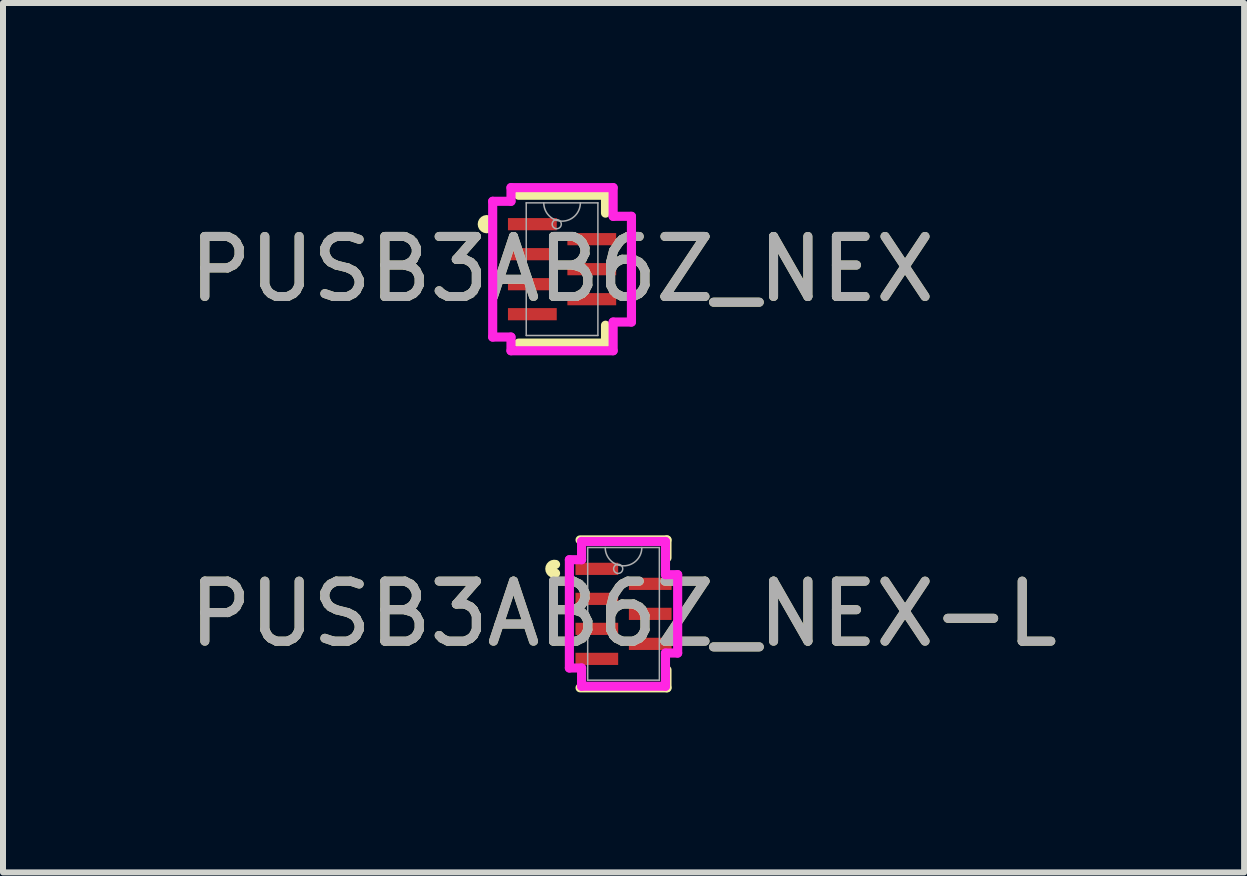
<source format=kicad_pcb>
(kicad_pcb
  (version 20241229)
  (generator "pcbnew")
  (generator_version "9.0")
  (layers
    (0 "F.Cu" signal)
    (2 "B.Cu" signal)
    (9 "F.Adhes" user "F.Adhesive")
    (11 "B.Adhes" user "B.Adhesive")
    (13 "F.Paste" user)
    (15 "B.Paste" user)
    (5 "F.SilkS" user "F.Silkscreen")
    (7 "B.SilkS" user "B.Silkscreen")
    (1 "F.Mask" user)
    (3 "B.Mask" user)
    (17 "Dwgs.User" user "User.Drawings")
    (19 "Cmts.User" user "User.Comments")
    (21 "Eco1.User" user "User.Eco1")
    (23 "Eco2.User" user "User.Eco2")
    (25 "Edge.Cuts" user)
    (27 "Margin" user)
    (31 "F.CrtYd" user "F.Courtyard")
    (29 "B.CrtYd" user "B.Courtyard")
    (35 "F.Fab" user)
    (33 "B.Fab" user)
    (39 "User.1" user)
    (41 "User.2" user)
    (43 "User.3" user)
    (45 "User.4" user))
  (footprint "PUSB3AB6Z_NEX"
    (layer "F.Cu")
    (at 6.315 1.435)
    (property "Reference" "PUSB3AB6Z_NEX" (at 0 0 0) (unlocked yes) (layer "F.SilkS") (effects (font (size 1 1) (thickness 0.15))))
    (attr smd)
    (fp_line (start -0.724 1.232) (end 0.724 1.232) (stroke (width 0.152) (type solid)) (layer "F.SilkS"))
    (fp_line (start 0.724 -1.232) (end -0.724 -1.232) (stroke (width 0.152) (type solid)) (layer "F.SilkS"))
    (fp_line (start 0.724 -0.934) (end 0.724 -1.232) (stroke (width 0.152) (type solid)) (layer "F.SilkS"))
    (fp_line (start 0.724 1.232) (end 0.724 0.934) (stroke (width 0.152) (type solid)) (layer "F.SilkS"))
    (fp_arc (start -1.23444 -0.676171) (mid -1.3295 -0.75) (end -1.23444 -0.823829) (stroke (width 0.1524) (type solid)) (layer "F.SilkS"))
    (fp_line (start -1.156 -1.131) (end -0.851 -1.131) (stroke (width 0.152) (type solid)) (layer "F.CrtYd"))
    (fp_line (start -1.156 1.131) (end -1.156 -1.131) (stroke (width 0.152) (type solid)) (layer "F.CrtYd"))
    (fp_line (start -0.851 -1.359) (end 0.851 -1.359) (stroke (width 0.152) (type solid)) (layer "F.CrtYd"))
    (fp_line (start -0.851 -1.131) (end -0.851 -1.359) (stroke (width 0.152) (type solid)) (layer "F.CrtYd"))
    (fp_line (start -0.851 1.131) (end -1.156 1.131) (stroke (width 0.152) (type solid)) (layer "F.CrtYd"))
    (fp_line (start -0.851 1.359) (end -0.851 1.131) (stroke (width 0.152) (type solid)) (layer "F.CrtYd"))
    (fp_line (start 0.851 -1.359) (end 0.851 -0.881) (stroke (width 0.152) (type solid)) (layer "F.CrtYd"))
    (fp_line (start 0.851 -0.881) (end 1.156 -0.881) (stroke (width 0.152) (type solid)) (layer "F.CrtYd"))
    (fp_line (start 0.851 0.881) (end 0.851 1.359) (stroke (width 0.152) (type solid)) (layer "F.CrtYd"))
    (fp_line (start 0.851 1.359) (end -0.851 1.359) (stroke (width 0.152) (type solid)) (layer "F.CrtYd"))
    (fp_line (start 1.156 -0.881) (end 1.156 0.881) (stroke (width 0.152) (type solid)) (layer "F.CrtYd"))
    (fp_line (start 1.156 0.881) (end 0.851 0.881) (stroke (width 0.152) (type solid)) (layer "F.CrtYd"))
    (fp_line (start -0.597 -1.105) (end -0.597 1.105) (stroke (width 0.025) (type solid)) (layer "F.Fab"))
    (fp_line (start -0.597 1.105) (end 0.597 1.105) (stroke (width 0.025) (type solid)) (layer "F.Fab"))
    (fp_line (start 0.597 -1.105) (end -0.597 -1.105) (stroke (width 0.025) (type solid)) (layer "F.Fab"))
    (fp_line (start 0.597 1.105) (end 0.597 -1.105) (stroke (width 0.025) (type solid)) (layer "F.Fab"))
    (fp_arc (start 0.3048 -1.1049) (mid 0 -0.8001) (end -0.3048 -1.1049) (stroke (width 0.0254) (type solid)) (layer "F.Fab"))
    (fp_circle (center -0.089 -0.75) (end -0.013 -0.75) (stroke (width 0.025) (type solid)) (fill no) (layer "F.Fab"))
    (fp_text user "${REFERENCE}" (at 0 0 0) (unlocked yes) (layer "F.Fab") (effects (font (size 1 1) (thickness 0.15))))
    (pad "1" smd rect (at -0.495 -0.75) (size 0.813 0.203) (layers "F.Cu" "F.Mask" "F.Paste"))
    (pad "2" smd rect (at -0.495 -0.25) (size 0.813 0.203) (layers "F.Cu" "F.Mask" "F.Paste"))
    (pad "3" smd rect (at -0.495 0.25) (size 0.813 0.203) (layers "F.Cu" "F.Mask" "F.Paste"))
    (pad "4" smd rect (at -0.495 0.75) (size 0.813 0.203) (layers "F.Cu" "F.Mask" "F.Paste"))
    (pad "5" smd rect (at 0.495 0.5) (size 0.813 0.203) (layers "F.Cu" "F.Mask" "F.Paste"))
    (pad "6" smd rect (at 0.495 0) (size 0.813 0.203) (layers "F.Cu" "F.Mask" "F.Paste"))
    (pad "7" smd rect (at 0.495 -0.5) (size 0.813 0.203) (layers "F.Cu" "F.Mask" "F.Paste")))
  (footprint "PUSB3AB6Z_NEX-L"
    (layer "F.Cu")
    (at 7.339 7.178)
    (property "Reference" "PUSB3AB6Z_NEX-L" (at 0 0 0) (unlocked yes) (layer "F.SilkS") (effects (font (size 1 1) (thickness 0.15))))
    (attr smd)
    (fp_line (start -0.724 1.232) (end 0.724 1.232) (stroke (width 0.152) (type solid)) (layer "F.SilkS"))
    (fp_line (start 0.724 -1.232) (end -0.724 -1.232) (stroke (width 0.152) (type solid)) (layer "F.SilkS"))
    (fp_line (start 0.724 -0.934) (end 0.724 -1.232) (stroke (width 0.152) (type solid)) (layer "F.SilkS"))
    (fp_line (start 0.724 1.232) (end 0.724 0.934) (stroke (width 0.152) (type solid)) (layer "F.SilkS"))
    (fp_arc (start -1.13284 -0.676171) (mid -1.2279 -0.75) (end -1.13284 -0.823829) (stroke (width 0.1524) (type solid)) (layer "F.SilkS"))
    (fp_line (start -0.902 -0.902) (end -0.699 -0.902) (stroke (width 0.152) (type solid)) (layer "F.CrtYd"))
    (fp_line (start -0.902 0.902) (end -0.902 -0.902) (stroke (width 0.152) (type solid)) (layer "F.CrtYd"))
    (fp_line (start -0.699 -1.206) (end 0.699 -1.206) (stroke (width 0.152) (type solid)) (layer "F.CrtYd"))
    (fp_line (start -0.699 -0.902) (end -0.699 -1.206) (stroke (width 0.152) (type solid)) (layer "F.CrtYd"))
    (fp_line (start -0.699 0.902) (end -0.902 0.902) (stroke (width 0.152) (type solid)) (layer "F.CrtYd"))
    (fp_line (start -0.699 1.206) (end -0.699 0.902) (stroke (width 0.152) (type solid)) (layer "F.CrtYd"))
    (fp_line (start 0.699 -1.206) (end 0.699 -0.653) (stroke (width 0.152) (type solid)) (layer "F.CrtYd"))
    (fp_line (start 0.699 -0.653) (end 0.902 -0.653) (stroke (width 0.152) (type solid)) (layer "F.CrtYd"))
    (fp_line (start 0.699 0.653) (end 0.699 1.206) (stroke (width 0.152) (type solid)) (layer "F.CrtYd"))
    (fp_line (start 0.699 1.206) (end -0.699 1.206) (stroke (width 0.152) (type solid)) (layer "F.CrtYd"))
    (fp_line (start 0.902 -0.653) (end 0.902 0.653) (stroke (width 0.152) (type solid)) (layer "F.CrtYd"))
    (fp_line (start 0.902 0.653) (end 0.699 0.653) (stroke (width 0.152) (type solid)) (layer "F.CrtYd"))
    (fp_line (start -0.597 -1.105) (end -0.597 1.105) (stroke (width 0.025) (type solid)) (layer "F.Fab"))
    (fp_line (start -0.597 1.105) (end 0.597 1.105) (stroke (width 0.025) (type solid)) (layer "F.Fab"))
    (fp_line (start 0.597 -1.105) (end -0.597 -1.105) (stroke (width 0.025) (type solid)) (layer "F.Fab"))
    (fp_line (start 0.597 1.105) (end 0.597 -1.105) (stroke (width 0.025) (type solid)) (layer "F.Fab"))
    (fp_arc (start 0.3048 -1.1049) (mid 0 -0.8001) (end -0.3048 -1.1049) (stroke (width 0.0254) (type solid)) (layer "F.Fab"))
    (fp_circle (center -0.089 -0.75) (end -0.013 -0.75) (stroke (width 0.025) (type solid)) (fill no) (layer "F.Fab"))
    (fp_text user "${REFERENCE}" (at 0 0 0) (unlocked yes) (layer "F.Fab") (effects (font (size 1 1) (thickness 0.15))))
    (pad "1" smd rect (at -0.445 -0.75) (size 0.711 0.203) (layers "F.Cu" "F.Mask" "F.Paste"))
    (pad "2" smd rect (at -0.445 -0.25) (size 0.711 0.203) (layers "F.Cu" "F.Mask" "F.Paste"))
    (pad "3" smd rect (at -0.445 0.25) (size 0.711 0.203) (layers "F.Cu" "F.Mask" "F.Paste"))
    (pad "4" smd rect (at -0.445 0.75) (size 0.711 0.203) (layers "F.Cu" "F.Mask" "F.Paste"))
    (pad "5" smd rect (at 0.445 0.5) (size 0.711 0.203) (layers "F.Cu" "F.Mask" "F.Paste"))
    (pad "6" smd rect (at 0.445 0) (size 0.711 0.203) (layers "F.Cu" "F.Mask" "F.Paste"))
    (pad "7" smd rect (at 0.445 -0.5) (size 0.711 0.203) (layers "F.Cu" "F.Mask" "F.Paste")))
  (gr_rect
    (start -3 -3)
    (end 17.679 11.486)
    (stroke (width 0.1) (type default))
    (fill no)
    (layer "Edge.Cuts")))
</source>
